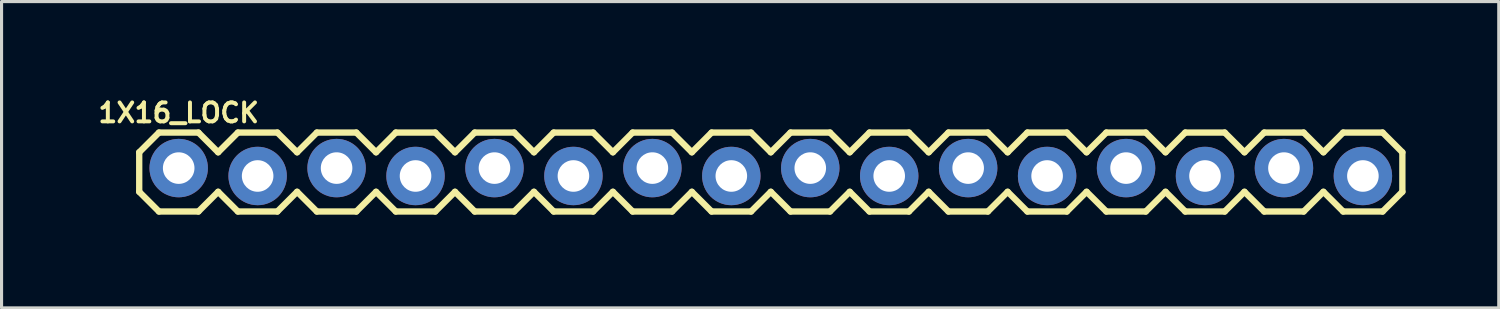
<source format=kicad_pcb>
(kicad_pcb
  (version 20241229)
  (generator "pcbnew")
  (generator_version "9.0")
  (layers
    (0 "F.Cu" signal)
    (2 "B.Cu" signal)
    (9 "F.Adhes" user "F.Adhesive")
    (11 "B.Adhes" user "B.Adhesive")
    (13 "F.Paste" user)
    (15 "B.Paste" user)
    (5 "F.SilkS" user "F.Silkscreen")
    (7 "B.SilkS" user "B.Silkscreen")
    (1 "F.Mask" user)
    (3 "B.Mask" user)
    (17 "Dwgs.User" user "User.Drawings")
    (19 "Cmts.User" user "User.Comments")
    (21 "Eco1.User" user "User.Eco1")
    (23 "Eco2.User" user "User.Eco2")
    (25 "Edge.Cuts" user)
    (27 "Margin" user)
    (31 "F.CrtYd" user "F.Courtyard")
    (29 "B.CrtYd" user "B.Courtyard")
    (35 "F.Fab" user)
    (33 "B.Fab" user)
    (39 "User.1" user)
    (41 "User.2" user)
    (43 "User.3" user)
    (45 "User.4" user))
  (footprint "1X16_LOCK"
    (layer "F.Cu")
    (at 2.699 2.485)
    (property "Reference" "1X16_LOCK" (at 0 -1.905 0) (layer "F.SilkS") (effects (font (size 0.61 0.61) (thickness 0.127))))
    (attr exclude_from_pos_files exclude_from_bom)
    (fp_line (start -1.27 -0.635) (end -1.27 0.635) (stroke (width 0.203) (type solid)) (layer "F.SilkS"))
    (fp_line (start -1.27 0.635) (end -0.635 1.27) (stroke (width 0.203) (type solid)) (layer "F.SilkS"))
    (fp_line (start -0.635 -1.27) (end -1.27 -0.635) (stroke (width 0.203) (type solid)) (layer "F.SilkS"))
    (fp_line (start -0.635 -1.27) (end 0.635 -1.27) (stroke (width 0.203) (type solid)) (layer "F.SilkS"))
    (fp_line (start 0.635 -1.27) (end 1.27 -0.635) (stroke (width 0.203) (type solid)) (layer "F.SilkS"))
    (fp_line (start 0.635 1.27) (end -0.635 1.27) (stroke (width 0.203) (type solid)) (layer "F.SilkS"))
    (fp_line (start 1.27 -0.635) (end 1.905 -1.27) (stroke (width 0.203) (type solid)) (layer "F.SilkS"))
    (fp_line (start 1.27 0.635) (end 0.635 1.27) (stroke (width 0.203) (type solid)) (layer "F.SilkS"))
    (fp_line (start 1.905 -1.27) (end 3.175 -1.27) (stroke (width 0.203) (type solid)) (layer "F.SilkS"))
    (fp_line (start 1.905 1.27) (end 1.27 0.635) (stroke (width 0.203) (type solid)) (layer "F.SilkS"))
    (fp_line (start 3.175 -1.27) (end 3.81 -0.635) (stroke (width 0.203) (type solid)) (layer "F.SilkS"))
    (fp_line (start 3.175 1.27) (end 1.905 1.27) (stroke (width 0.203) (type solid)) (layer "F.SilkS"))
    (fp_line (start 3.81 -0.635) (end 4.445 -1.27) (stroke (width 0.203) (type solid)) (layer "F.SilkS"))
    (fp_line (start 3.81 0.635) (end 3.175 1.27) (stroke (width 0.203) (type solid)) (layer "F.SilkS"))
    (fp_line (start 4.445 -1.27) (end 5.715 -1.27) (stroke (width 0.203) (type solid)) (layer "F.SilkS"))
    (fp_line (start 4.445 1.27) (end 3.81 0.635) (stroke (width 0.203) (type solid)) (layer "F.SilkS"))
    (fp_line (start 5.715 -1.27) (end 6.35 -0.635) (stroke (width 0.203) (type solid)) (layer "F.SilkS"))
    (fp_line (start 5.715 1.27) (end 4.445 1.27) (stroke (width 0.203) (type solid)) (layer "F.SilkS"))
    (fp_line (start 6.35 0.635) (end 5.715 1.27) (stroke (width 0.203) (type solid)) (layer "F.SilkS"))
    (fp_line (start 6.35 0.635) (end 6.985 1.27) (stroke (width 0.203) (type solid)) (layer "F.SilkS"))
    (fp_line (start 6.985 -1.27) (end 6.35 -0.635) (stroke (width 0.203) (type solid)) (layer "F.SilkS"))
    (fp_line (start 6.985 -1.27) (end 8.255 -1.27) (stroke (width 0.203) (type solid)) (layer "F.SilkS"))
    (fp_line (start 8.255 -1.27) (end 8.89 -0.635) (stroke (width 0.203) (type solid)) (layer "F.SilkS"))
    (fp_line (start 8.255 1.27) (end 6.985 1.27) (stroke (width 0.203) (type solid)) (layer "F.SilkS"))
    (fp_line (start 8.89 -0.635) (end 9.525 -1.27) (stroke (width 0.203) (type solid)) (layer "F.SilkS"))
    (fp_line (start 8.89 0.635) (end 8.255 1.27) (stroke (width 0.203) (type solid)) (layer "F.SilkS"))
    (fp_line (start 9.525 -1.27) (end 10.795 -1.27) (stroke (width 0.203) (type solid)) (layer "F.SilkS"))
    (fp_line (start 9.525 1.27) (end 8.89 0.635) (stroke (width 0.203) (type solid)) (layer "F.SilkS"))
    (fp_line (start 10.795 -1.27) (end 11.43 -0.635) (stroke (width 0.203) (type solid)) (layer "F.SilkS"))
    (fp_line (start 10.795 1.27) (end 9.525 1.27) (stroke (width 0.203) (type solid)) (layer "F.SilkS"))
    (fp_line (start 11.43 -0.635) (end 12.065 -1.27) (stroke (width 0.203) (type solid)) (layer "F.SilkS"))
    (fp_line (start 11.43 0.635) (end 10.795 1.27) (stroke (width 0.203) (type solid)) (layer "F.SilkS"))
    (fp_line (start 12.065 -1.27) (end 13.335 -1.27) (stroke (width 0.203) (type solid)) (layer "F.SilkS"))
    (fp_line (start 12.065 1.27) (end 11.43 0.635) (stroke (width 0.203) (type solid)) (layer "F.SilkS"))
    (fp_line (start 13.335 -1.27) (end 13.97 -0.635) (stroke (width 0.203) (type solid)) (layer "F.SilkS"))
    (fp_line (start 13.335 1.27) (end 12.065 1.27) (stroke (width 0.203) (type solid)) (layer "F.SilkS"))
    (fp_line (start 13.97 0.635) (end 13.335 1.27) (stroke (width 0.203) (type solid)) (layer "F.SilkS"))
    (fp_line (start 13.97 0.635) (end 14.605 1.27) (stroke (width 0.203) (type solid)) (layer "F.SilkS"))
    (fp_line (start 14.605 -1.27) (end 13.97 -0.635) (stroke (width 0.203) (type solid)) (layer "F.SilkS"))
    (fp_line (start 14.605 -1.27) (end 15.875 -1.27) (stroke (width 0.203) (type solid)) (layer "F.SilkS"))
    (fp_line (start 15.875 -1.27) (end 16.51 -0.635) (stroke (width 0.203) (type solid)) (layer "F.SilkS"))
    (fp_line (start 15.875 1.27) (end 14.605 1.27) (stroke (width 0.203) (type solid)) (layer "F.SilkS"))
    (fp_line (start 16.51 0.635) (end 15.875 1.27) (stroke (width 0.203) (type solid)) (layer "F.SilkS"))
    (fp_line (start 16.51 0.635) (end 17.145 1.27) (stroke (width 0.203) (type solid)) (layer "F.SilkS"))
    (fp_line (start 17.145 -1.27) (end 16.51 -0.635) (stroke (width 0.203) (type solid)) (layer "F.SilkS"))
    (fp_line (start 17.145 -1.27) (end 18.415 -1.27) (stroke (width 0.203) (type solid)) (layer "F.SilkS"))
    (fp_line (start 18.415 -1.27) (end 19.05 -0.635) (stroke (width 0.203) (type solid)) (layer "F.SilkS"))
    (fp_line (start 18.415 1.27) (end 17.145 1.27) (stroke (width 0.203) (type solid)) (layer "F.SilkS"))
    (fp_line (start 19.05 -0.635) (end 19.685 -1.27) (stroke (width 0.203) (type solid)) (layer "F.SilkS"))
    (fp_line (start 19.05 0.635) (end 18.415 1.27) (stroke (width 0.203) (type solid)) (layer "F.SilkS"))
    (fp_line (start 19.685 -1.27) (end 20.955 -1.27) (stroke (width 0.203) (type solid)) (layer "F.SilkS"))
    (fp_line (start 19.685 1.27) (end 19.05 0.635) (stroke (width 0.203) (type solid)) (layer "F.SilkS"))
    (fp_line (start 20.955 -1.27) (end 21.59 -0.635) (stroke (width 0.203) (type solid)) (layer "F.SilkS"))
    (fp_line (start 20.955 1.27) (end 19.685 1.27) (stroke (width 0.203) (type solid)) (layer "F.SilkS"))
    (fp_line (start 21.59 -0.635) (end 22.225 -1.27) (stroke (width 0.203) (type solid)) (layer "F.SilkS"))
    (fp_line (start 21.59 0.635) (end 20.955 1.27) (stroke (width 0.203) (type solid)) (layer "F.SilkS"))
    (fp_line (start 22.225 -1.27) (end 23.495 -1.27) (stroke (width 0.203) (type solid)) (layer "F.SilkS"))
    (fp_line (start 22.225 1.27) (end 21.59 0.635) (stroke (width 0.203) (type solid)) (layer "F.SilkS"))
    (fp_line (start 23.495 -1.27) (end 24.13 -0.635) (stroke (width 0.203) (type solid)) (layer "F.SilkS"))
    (fp_line (start 23.495 1.27) (end 22.225 1.27) (stroke (width 0.203) (type solid)) (layer "F.SilkS"))
    (fp_line (start 24.13 0.635) (end 23.495 1.27) (stroke (width 0.203) (type solid)) (layer "F.SilkS"))
    (fp_line (start 24.13 0.635) (end 24.765 1.27) (stroke (width 0.203) (type solid)) (layer "F.SilkS"))
    (fp_line (start 24.765 -1.27) (end 24.13 -0.635) (stroke (width 0.203) (type solid)) (layer "F.SilkS"))
    (fp_line (start 24.765 -1.27) (end 26.035 -1.27) (stroke (width 0.203) (type solid)) (layer "F.SilkS"))
    (fp_line (start 26.035 -1.27) (end 26.67 -0.635) (stroke (width 0.203) (type solid)) (layer "F.SilkS"))
    (fp_line (start 26.035 1.27) (end 24.765 1.27) (stroke (width 0.203) (type solid)) (layer "F.SilkS"))
    (fp_line (start 26.67 -0.635) (end 27.305 -1.27) (stroke (width 0.203) (type solid)) (layer "F.SilkS"))
    (fp_line (start 26.67 0.635) (end 26.035 1.27) (stroke (width 0.203) (type solid)) (layer "F.SilkS"))
    (fp_line (start 27.305 -1.27) (end 28.575 -1.27) (stroke (width 0.203) (type solid)) (layer "F.SilkS"))
    (fp_line (start 27.305 1.27) (end 26.67 0.635) (stroke (width 0.203) (type solid)) (layer "F.SilkS"))
    (fp_line (start 28.575 -1.27) (end 29.21 -0.635) (stroke (width 0.203) (type solid)) (layer "F.SilkS"))
    (fp_line (start 28.575 1.27) (end 27.305 1.27) (stroke (width 0.203) (type solid)) (layer "F.SilkS"))
    (fp_line (start 29.21 -0.635) (end 29.845 -1.27) (stroke (width 0.203) (type solid)) (layer "F.SilkS"))
    (fp_line (start 29.21 0.635) (end 28.575 1.27) (stroke (width 0.203) (type solid)) (layer "F.SilkS"))
    (fp_line (start 29.845 -1.27) (end 31.115 -1.27) (stroke (width 0.203) (type solid)) (layer "F.SilkS"))
    (fp_line (start 29.845 1.27) (end 29.21 0.635) (stroke (width 0.203) (type solid)) (layer "F.SilkS"))
    (fp_line (start 31.115 -1.27) (end 31.75 -0.635) (stroke (width 0.203) (type solid)) (layer "F.SilkS"))
    (fp_line (start 31.115 1.27) (end 29.845 1.27) (stroke (width 0.203) (type solid)) (layer "F.SilkS"))
    (fp_line (start 31.75 0.635) (end 31.115 1.27) (stroke (width 0.203) (type solid)) (layer "F.SilkS"))
    (fp_line (start 31.75 0.635) (end 32.385 1.27) (stroke (width 0.203) (type solid)) (layer "F.SilkS"))
    (fp_line (start 32.385 -1.27) (end 31.75 -0.635) (stroke (width 0.203) (type solid)) (layer "F.SilkS"))
    (fp_line (start 32.385 -1.27) (end 33.655 -1.27) (stroke (width 0.203) (type solid)) (layer "F.SilkS"))
    (fp_line (start 33.655 -1.27) (end 34.29 -0.635) (stroke (width 0.203) (type solid)) (layer "F.SilkS"))
    (fp_line (start 33.655 1.27) (end 32.385 1.27) (stroke (width 0.203) (type solid)) (layer "F.SilkS"))
    (fp_line (start 34.29 0.635) (end 33.655 1.27) (stroke (width 0.203) (type solid)) (layer "F.SilkS"))
    (fp_line (start 34.29 0.635) (end 34.925 1.27) (stroke (width 0.203) (type solid)) (layer "F.SilkS"))
    (fp_line (start 34.925 -1.27) (end 34.29 -0.635) (stroke (width 0.203) (type solid)) (layer "F.SilkS"))
    (fp_line (start 34.925 -1.27) (end 36.195 -1.27) (stroke (width 0.203) (type solid)) (layer "F.SilkS"))
    (fp_line (start 36.195 -1.27) (end 36.83 -0.635) (stroke (width 0.203) (type solid)) (layer "F.SilkS"))
    (fp_line (start 36.195 1.27) (end 34.925 1.27) (stroke (width 0.203) (type solid)) (layer "F.SilkS"))
    (fp_line (start 36.83 0.635) (end 36.195 1.27) (stroke (width 0.203) (type solid)) (layer "F.SilkS"))
    (fp_line (start 36.83 0.635) (end 37.465 1.27) (stroke (width 0.203) (type solid)) (layer "F.SilkS"))
    (fp_line (start 37.465 -1.27) (end 36.83 -0.635) (stroke (width 0.203) (type solid)) (layer "F.SilkS"))
    (fp_line (start 37.465 -1.27) (end 38.735 -1.27) (stroke (width 0.203) (type solid)) (layer "F.SilkS"))
    (fp_line (start 38.735 -1.27) (end 39.37 -0.635) (stroke (width 0.203) (type solid)) (layer "F.SilkS"))
    (fp_line (start 38.735 1.27) (end 37.465 1.27) (stroke (width 0.203) (type solid)) (layer "F.SilkS"))
    (fp_line (start 39.37 -0.635) (end 39.37 0.635) (stroke (width 0.203) (type solid)) (layer "F.SilkS"))
    (fp_line (start 39.37 0.635) (end 38.735 1.27) (stroke (width 0.203) (type solid)) (layer "F.SilkS"))
    (pad "1" thru_hole circle (at 0 -0.127) (size 1.88 1.88) (drill 1.016) (layers "*.Cu" "*.Mask"))
    (pad "2" thru_hole circle (at 2.54 0.127) (size 1.88 1.88) (drill 1.016) (layers "*.Cu" "*.Mask"))
    (pad "3" thru_hole circle (at 5.08 -0.127) (size 1.88 1.88) (drill 1.016) (layers "*.Cu" "*.Mask"))
    (pad "4" thru_hole circle (at 7.62 0.127) (size 1.88 1.88) (drill 1.016) (layers "*.Cu" "*.Mask"))
    (pad "5" thru_hole circle (at 10.16 -0.127) (size 1.88 1.88) (drill 1.016) (layers "*.Cu" "*.Mask"))
    (pad "6" thru_hole circle (at 12.7 0.127) (size 1.88 1.88) (drill 1.016) (layers "*.Cu" "*.Mask"))
    (pad "7" thru_hole circle (at 15.24 -0.127) (size 1.88 1.88) (drill 1.016) (layers "*.Cu" "*.Mask"))
    (pad "8" thru_hole circle (at 17.78 0.127) (size 1.88 1.88) (drill 1.016) (layers "*.Cu" "*.Mask"))
    (pad "9" thru_hole circle (at 20.32 -0.127) (size 1.88 1.88) (drill 1.016) (layers "*.Cu" "*.Mask"))
    (pad "10" thru_hole circle (at 22.86 0.127) (size 1.88 1.88) (drill 1.016) (layers "*.Cu" "*.Mask"))
    (pad "11" thru_hole circle (at 25.4 -0.127) (size 1.88 1.88) (drill 1.016) (layers "*.Cu" "*.Mask"))
    (pad "12" thru_hole circle (at 27.94 0.127) (size 1.88 1.88) (drill 1.016) (layers "*.Cu" "*.Mask"))
    (pad "13" thru_hole circle (at 30.48 -0.127) (size 1.88 1.88) (drill 1.016) (layers "*.Cu" "*.Mask"))
    (pad "14" thru_hole circle (at 33.02 0.127) (size 1.88 1.88) (drill 1.016) (layers "*.Cu" "*.Mask"))
    (pad "15" thru_hole circle (at 35.56 -0.127) (size 1.88 1.88) (drill 1.016) (layers "*.Cu" "*.Mask"))
    (pad "16" thru_hole circle (at 38.1 0.127) (size 1.88 1.88) (drill 1.016) (layers "*.Cu" "*.Mask")))
  (gr_rect
    (start -3 -3)
    (end 45.17 6.856)
    (stroke (width 0.1) (type default))
    (fill no)
    (layer "Edge.Cuts")))
</source>
